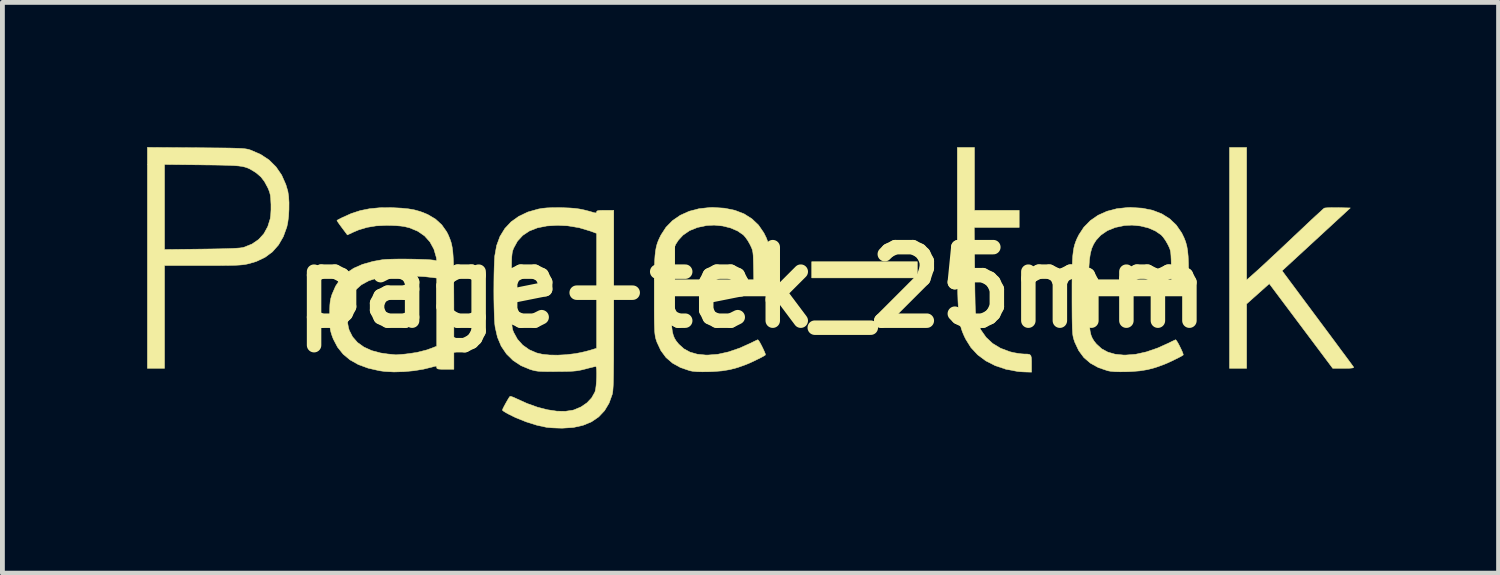
<source format=kicad_pcb>
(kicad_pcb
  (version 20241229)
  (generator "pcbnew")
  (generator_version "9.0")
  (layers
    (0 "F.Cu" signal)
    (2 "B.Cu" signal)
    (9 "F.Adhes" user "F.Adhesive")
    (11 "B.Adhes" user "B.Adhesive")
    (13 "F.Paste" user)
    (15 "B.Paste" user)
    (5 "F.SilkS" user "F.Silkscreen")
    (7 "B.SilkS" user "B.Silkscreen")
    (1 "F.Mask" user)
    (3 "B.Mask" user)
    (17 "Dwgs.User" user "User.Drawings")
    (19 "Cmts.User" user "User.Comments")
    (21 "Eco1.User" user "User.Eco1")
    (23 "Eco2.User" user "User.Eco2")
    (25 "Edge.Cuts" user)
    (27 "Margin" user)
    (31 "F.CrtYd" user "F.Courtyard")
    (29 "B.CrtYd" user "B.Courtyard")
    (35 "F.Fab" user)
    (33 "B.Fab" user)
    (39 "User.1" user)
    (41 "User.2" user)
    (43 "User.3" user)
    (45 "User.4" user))
  (footprint "page-tek_25mm"
    (layer "F.Cu")
    (at 12.531 2.907)
    (property "Reference" "page-tek_25mm" (at 0 0 0) (layer "F.SilkS") (effects (font (size 1.524 1.524) (thickness 0.3))))
    (attr through_hole)
    (fp_poly (pts (xy 3.432 -0.197) (xy 1.243 -0.197) (xy 1.243 -0.533) (xy 3.432 -0.533) (xy 3.432 -0.197)) (stroke (width 0.01) (type solid)) (fill yes) (layer "F.SilkS"))
    (fp_poly (pts (xy 10.257 -0.154) (xy 10.391 -0.272) (xy 10.467 -0.34) (xy 10.554 -0.419) (xy 10.655 -0.512) (xy 10.772 -0.622) (xy 10.909 -0.749) (xy 11.067 -0.898) (xy 11.249 -1.07) (xy 11.38 -1.193) (xy 11.493 -1.3) (xy 11.597 -1.398) (xy 11.69 -1.484) (xy 11.767 -1.554) (xy 11.824 -1.607) (xy 11.858 -1.637) (xy 11.866 -1.643) (xy 11.895 -1.648) (xy 11.955 -1.652) (xy 12.038 -1.653) (xy 12.135 -1.653) (xy 12.15 -1.653) (xy 12.406 -1.647) (xy 10.992 -0.345) (xy 11.036 -0.286) (xy 11.055 -0.26) (xy 11.096 -0.205) (xy 11.156 -0.124) (xy 11.233 -0.021) (xy 11.324 0.102) (xy 11.428 0.242) (xy 11.542 0.395) (xy 11.664 0.559) (xy 11.769 0.7) (xy 11.895 0.869) (xy 12.014 1.029) (xy 12.124 1.177) (xy 12.222 1.31) (xy 12.308 1.425) (xy 12.378 1.52) (xy 12.43 1.591) (xy 12.463 1.636) (xy 12.474 1.652) (xy 12.472 1.663) (xy 12.447 1.67) (xy 12.394 1.675) (xy 12.309 1.677) (xy 12.266 1.677) (xy 12.042 1.677) (xy 10.727 -0.077) (xy 10.257 0.342) (xy 10.257 1.677) (xy 9.902 1.677) (xy 9.902 -2.9) (xy 10.257 -2.9) (xy 10.257 -0.154)) (stroke (width 0.01) (type solid)) (fill yes) (layer "F.SilkS"))
    (fp_poly (pts (xy 4.616 -1.598) (xy 5.543 -1.598) (xy 5.543 -1.243) (xy 4.612 -1.243) (xy 4.621 -0.33) (xy 4.623 -0.115) (xy 4.625 0.065) (xy 4.628 0.212) (xy 4.63 0.332) (xy 4.633 0.428) (xy 4.637 0.503) (xy 4.641 0.562) (xy 4.647 0.608) (xy 4.653 0.645) (xy 4.661 0.677) (xy 4.669 0.702) (xy 4.748 0.88) (xy 4.856 1.034) (xy 4.993 1.162) (xy 5.157 1.261) (xy 5.346 1.332) (xy 5.423 1.351) (xy 5.508 1.366) (xy 5.591 1.377) (xy 5.651 1.381) (xy 5.718 1.382) (xy 5.761 1.391) (xy 5.785 1.415) (xy 5.796 1.461) (xy 5.799 1.536) (xy 5.799 1.58) (xy 5.799 1.756) (xy 5.686 1.753) (xy 5.611 1.75) (xy 5.543 1.745) (xy 5.513 1.742) (xy 5.268 1.696) (xy 5.047 1.622) (xy 4.851 1.522) (xy 4.682 1.396) (xy 4.543 1.246) (xy 4.442 1.085) (xy 4.412 1.027) (xy 4.387 0.971) (xy 4.364 0.915) (xy 4.344 0.856) (xy 4.327 0.791) (xy 4.312 0.717) (xy 4.3 0.633) (xy 4.29 0.535) (xy 4.282 0.42) (xy 4.275 0.287) (xy 4.27 0.132) (xy 4.266 -0.047) (xy 4.264 -0.254) (xy 4.262 -0.489) (xy 4.261 -0.757) (xy 4.261 -1.06) (xy 4.261 -1.317) (xy 4.261 -2.9) (xy 4.616 -2.9) (xy 4.616 -1.598)) (stroke (width 0.01) (type solid)) (fill yes) (layer "F.SilkS"))
    (fp_poly (pts (xy -11.515 -2.895) (xy -11.289 -2.893) (xy -11.098 -2.891) (xy -10.94 -2.89) (xy -10.811 -2.888) (xy -10.707 -2.885) (xy -10.624 -2.882) (xy -10.559 -2.879) (xy -10.509 -2.874) (xy -10.469 -2.868) (xy -10.436 -2.862) (xy -10.407 -2.853) (xy -10.38 -2.844) (xy -10.178 -2.756) (xy -10.004 -2.641) (xy -9.86 -2.498) (xy -9.743 -2.328) (xy -9.656 -2.131) (xy -9.615 -1.993) (xy -9.599 -1.889) (xy -9.591 -1.759) (xy -9.592 -1.616) (xy -9.6 -1.473) (xy -9.617 -1.342) (xy -9.636 -1.253) (xy -9.709 -1.052) (xy -9.808 -0.881) (xy -9.934 -0.738) (xy -10.088 -0.624) (xy -10.269 -0.538) (xy -10.417 -0.494) (xy -10.462 -0.484) (xy -10.506 -0.475) (xy -10.555 -0.469) (xy -10.613 -0.464) (xy -10.684 -0.46) (xy -10.773 -0.457) (xy -10.884 -0.456) (xy -11.022 -0.454) (xy -11.191 -0.454) (xy -11.377 -0.454) (xy -12.171 -0.454) (xy -12.171 1.677) (xy -12.526 1.677) (xy -12.526 -0.785) (xy -12.171 -0.785) (xy -11.397 -0.794) (xy -11.187 -0.797) (xy -11.014 -0.8) (xy -10.872 -0.804) (xy -10.76 -0.808) (xy -10.672 -0.813) (xy -10.605 -0.818) (xy -10.557 -0.825) (xy -10.524 -0.833) (xy -10.358 -0.899) (xy -10.221 -0.993) (xy -10.112 -1.113) (xy -10.031 -1.261) (xy -9.981 -1.422) (xy -9.97 -1.502) (xy -9.964 -1.608) (xy -9.964 -1.725) (xy -9.965 -1.737) (xy -9.97 -1.838) (xy -9.978 -1.912) (xy -9.993 -1.973) (xy -10.016 -2.034) (xy -10.033 -2.071) (xy -10.1 -2.195) (xy -10.173 -2.29) (xy -10.263 -2.368) (xy -10.307 -2.398) (xy -10.358 -2.429) (xy -10.405 -2.456) (xy -10.452 -2.477) (xy -10.503 -2.494) (xy -10.564 -2.508) (xy -10.638 -2.518) (xy -10.728 -2.525) (xy -10.841 -2.53) (xy -10.979 -2.534) (xy -11.147 -2.537) (xy -11.35 -2.539) (xy -11.397 -2.54) (xy -12.171 -2.548) (xy -12.171 -0.785) (xy -12.526 -0.785) (xy -12.526 -2.902) (xy -11.515 -2.895)) (stroke (width 0.01) (type solid)) (fill yes) (layer "F.SilkS"))
    (fp_poly (pts (xy -0.564 -1.642) (xy -0.35 -1.598) (xy -0.16 -1.525) (xy 0.003 -1.422) (xy 0.14 -1.292) (xy 0.249 -1.133) (xy 0.261 -1.11) (xy 0.302 -1.027) (xy 0.333 -0.945) (xy 0.357 -0.858) (xy 0.374 -0.76) (xy 0.385 -0.645) (xy 0.392 -0.506) (xy 0.394 -0.336) (xy 0.395 -0.257) (xy 0.395 0.178) (xy -1.682 0.178) (xy -1.672 0.538) (xy -1.666 0.693) (xy -1.658 0.816) (xy -1.646 0.912) (xy -1.627 0.989) (xy -1.602 1.052) (xy -1.567 1.109) (xy -1.521 1.166) (xy -1.515 1.174) (xy -1.407 1.272) (xy -1.28 1.341) (xy -1.13 1.384) (xy -0.952 1.402) (xy -0.908 1.402) (xy -0.703 1.386) (xy -0.482 1.337) (xy -0.249 1.257) (xy -0.02 1.154) (xy 0.046 1.121) (xy 0.097 1.097) (xy 0.124 1.085) (xy 0.126 1.085) (xy 0.143 1.101) (xy 0.169 1.143) (xy 0.201 1.202) (xy 0.233 1.267) (xy 0.261 1.328) (xy 0.28 1.375) (xy 0.284 1.399) (xy 0.283 1.4) (xy 0.253 1.42) (xy 0.197 1.451) (xy 0.123 1.488) (xy 0.041 1.528) (xy -0.039 1.565) (xy -0.108 1.594) (xy -0.118 1.598) (xy -0.291 1.66) (xy -0.453 1.703) (xy -0.617 1.73) (xy -0.8 1.744) (xy -0.878 1.747) (xy -1.024 1.749) (xy -1.137 1.746) (xy -1.224 1.738) (xy -1.282 1.727) (xy -1.477 1.661) (xy -1.641 1.57) (xy -1.777 1.453) (xy -1.884 1.308) (xy -1.965 1.135) (xy -1.985 1.075) (xy -1.994 1.042) (xy -2.001 1.006) (xy -2.007 0.961) (xy -2.012 0.906) (xy -2.015 0.834) (xy -2.018 0.743) (xy -2.02 0.627) (xy -2.021 0.484) (xy -2.021 0.308) (xy -2.021 0.158) (xy -2.021 -0.067) (xy -2.021 -0.158) (xy -1.683 -0.158) (xy 0.042 -0.158) (xy 0.036 -0.459) (xy 0.033 -0.574) (xy 0.03 -0.659) (xy 0.024 -0.721) (xy 0.015 -0.769) (xy 0.001 -0.811) (xy -0.02 -0.857) (xy -0.038 -0.893) (xy -0.081 -0.969) (xy -0.131 -1.04) (xy -0.175 -1.089) (xy -0.295 -1.171) (xy -0.442 -1.234) (xy -0.606 -1.274) (xy -0.778 -1.291) (xy -0.933 -1.283) (xy -1.125 -1.243) (xy -1.289 -1.177) (xy -1.425 -1.083) (xy -1.52 -0.98) (xy -1.574 -0.897) (xy -1.614 -0.807) (xy -1.642 -0.701) (xy -1.66 -0.572) (xy -1.671 -0.413) (xy -1.683 -0.158) (xy -2.021 -0.158) (xy -2.02 -0.256) (xy -2.017 -0.415) (xy -2.012 -0.547) (xy -2.005 -0.657) (xy -1.995 -0.748) (xy -1.981 -0.826) (xy -1.964 -0.894) (xy -1.942 -0.956) (xy -1.915 -1.018) (xy -1.883 -1.083) (xy -1.882 -1.085) (xy -1.777 -1.247) (xy -1.643 -1.384) (xy -1.482 -1.495) (xy -1.297 -1.578) (xy -1.09 -1.632) (xy -0.864 -1.656) (xy -0.803 -1.657) (xy -0.564 -1.642)) (stroke (width 0.01) (type solid)) (fill yes) (layer "F.SilkS"))
    (fp_poly (pts (xy 8.096 -1.642) (xy 8.31 -1.598) (xy 8.499 -1.525) (xy 8.663 -1.422) (xy 8.799 -1.292) (xy 8.909 -1.133) (xy 8.921 -1.11) (xy 8.961 -1.027) (xy 8.993 -0.945) (xy 9.017 -0.858) (xy 9.034 -0.76) (xy 9.045 -0.645) (xy 9.051 -0.506) (xy 9.054 -0.336) (xy 9.054 -0.257) (xy 9.054 0.178) (xy 6.978 0.178) (xy 6.988 0.538) (xy 6.994 0.693) (xy 7.002 0.816) (xy 7.014 0.912) (xy 7.032 0.989) (xy 7.058 1.052) (xy 7.093 1.109) (xy 7.138 1.166) (xy 7.145 1.174) (xy 7.252 1.272) (xy 7.38 1.341) (xy 7.53 1.384) (xy 7.707 1.402) (xy 7.752 1.402) (xy 7.957 1.386) (xy 8.178 1.337) (xy 8.411 1.257) (xy 8.64 1.154) (xy 8.706 1.121) (xy 8.757 1.097) (xy 8.784 1.085) (xy 8.786 1.085) (xy 8.802 1.101) (xy 8.829 1.143) (xy 8.861 1.202) (xy 8.893 1.267) (xy 8.921 1.328) (xy 8.939 1.375) (xy 8.944 1.399) (xy 8.943 1.4) (xy 8.913 1.42) (xy 8.856 1.451) (xy 8.782 1.488) (xy 8.7 1.528) (xy 8.62 1.565) (xy 8.551 1.594) (xy 8.541 1.598) (xy 8.368 1.66) (xy 8.207 1.703) (xy 8.042 1.73) (xy 7.86 1.744) (xy 7.782 1.747) (xy 7.636 1.749) (xy 7.523 1.746) (xy 7.436 1.738) (xy 7.377 1.727) (xy 7.183 1.661) (xy 7.019 1.57) (xy 6.883 1.453) (xy 6.776 1.308) (xy 6.695 1.135) (xy 6.675 1.075) (xy 6.666 1.042) (xy 6.658 1.006) (xy 6.652 0.961) (xy 6.648 0.906) (xy 6.644 0.834) (xy 6.642 0.743) (xy 6.64 0.627) (xy 6.639 0.484) (xy 6.638 0.308) (xy 6.638 0.158) (xy 6.638 -0.067) (xy 6.639 -0.158) (xy 6.977 -0.158) (xy 8.702 -0.158) (xy 8.696 -0.459) (xy 8.693 -0.574) (xy 8.689 -0.659) (xy 8.684 -0.721) (xy 8.675 -0.769) (xy 8.661 -0.811) (xy 8.64 -0.857) (xy 8.622 -0.893) (xy 8.579 -0.969) (xy 8.529 -1.04) (xy 8.485 -1.089) (xy 8.364 -1.171) (xy 8.218 -1.234) (xy 8.054 -1.274) (xy 7.882 -1.291) (xy 7.727 -1.283) (xy 7.535 -1.243) (xy 7.371 -1.177) (xy 7.235 -1.083) (xy 7.139 -0.98) (xy 7.086 -0.897) (xy 7.046 -0.807) (xy 7.018 -0.701) (xy 6.999 -0.572) (xy 6.988 -0.413) (xy 6.977 -0.158) (xy 6.639 -0.158) (xy 6.64 -0.256) (xy 6.642 -0.415) (xy 6.647 -0.547) (xy 6.654 -0.657) (xy 6.665 -0.748) (xy 6.678 -0.826) (xy 6.696 -0.894) (xy 6.718 -0.956) (xy 6.744 -1.018) (xy 6.777 -1.083) (xy 6.777 -1.085) (xy 6.883 -1.247) (xy 7.017 -1.384) (xy 7.177 -1.495) (xy 7.362 -1.578) (xy 7.569 -1.632) (xy 7.796 -1.656) (xy 7.857 -1.657) (xy 8.096 -1.642)) (stroke (width 0.01) (type solid)) (fill yes) (layer "F.SilkS"))
    (fp_poly (pts (xy -7.44 -1.652) (xy -7.262 -1.643) (xy -7.113 -1.628) (xy -6.985 -1.605) (xy -6.868 -1.572) (xy -6.753 -1.527) (xy -6.712 -1.509) (xy -6.556 -1.417) (xy -6.425 -1.297) (xy -6.324 -1.154) (xy -6.294 -1.096) (xy -6.271 -1.042) (xy -6.251 -0.991) (xy -6.233 -0.939) (xy -6.219 -0.883) (xy -6.207 -0.82) (xy -6.197 -0.745) (xy -6.19 -0.656) (xy -6.184 -0.55) (xy -6.18 -0.423) (xy -6.177 -0.272) (xy -6.176 -0.093) (xy -6.175 0.117) (xy -6.174 0.36) (xy -6.174 0.525) (xy -6.174 1.696) (xy -6.352 1.696) (xy -6.436 1.696) (xy -6.489 1.692) (xy -6.517 1.685) (xy -6.528 1.672) (xy -6.529 1.659) (xy -6.532 1.637) (xy -6.546 1.631) (xy -6.582 1.638) (xy -6.623 1.65) (xy -6.802 1.694) (xy -7.002 1.727) (xy -7.211 1.746) (xy -7.416 1.752) (xy -7.605 1.742) (xy -7.716 1.727) (xy -7.952 1.673) (xy -8.156 1.598) (xy -8.328 1.501) (xy -8.47 1.382) (xy -8.585 1.238) (xy -8.673 1.07) (xy -8.701 0.996) (xy -8.72 0.935) (xy -8.734 0.879) (xy -8.742 0.817) (xy -8.746 0.74) (xy -8.748 0.638) (xy -8.748 0.572) (xy -8.748 0.569) (xy -8.39 0.569) (xy -8.382 0.702) (xy -8.36 0.826) (xy -8.343 0.888) (xy -8.274 1.024) (xy -8.172 1.141) (xy -8.039 1.236) (xy -7.877 1.31) (xy -7.688 1.36) (xy -7.548 1.38) (xy -7.472 1.387) (xy -7.413 1.393) (xy -7.381 1.397) (xy -7.377 1.397) (xy -7.355 1.396) (xy -7.302 1.392) (xy -7.228 1.386) (xy -7.175 1.381) (xy -6.946 1.349) (xy -6.743 1.298) (xy -6.633 1.259) (xy -6.529 1.218) (xy -6.529 -0.194) (xy -6.623 -0.206) (xy -6.775 -0.223) (xy -6.944 -0.233) (xy -7.12 -0.238) (xy -7.296 -0.237) (xy -7.461 -0.231) (xy -7.607 -0.22) (xy -7.726 -0.203) (xy -7.758 -0.196) (xy -7.939 -0.138) (xy -8.092 -0.054) (xy -8.214 0.055) (xy -8.305 0.186) (xy -8.364 0.34) (xy -8.384 0.445) (xy -8.39 0.569) (xy -8.748 0.569) (xy -8.747 0.452) (xy -8.744 0.363) (xy -8.737 0.293) (xy -8.726 0.233) (xy -8.709 0.174) (xy -8.701 0.148) (xy -8.626 -0.025) (xy -8.527 -0.173) (xy -8.402 -0.297) (xy -8.249 -0.398) (xy -8.065 -0.479) (xy -7.85 -0.539) (xy -7.655 -0.574) (xy -7.589 -0.58) (xy -7.495 -0.584) (xy -7.38 -0.587) (xy -7.252 -0.588) (xy -7.116 -0.587) (xy -6.981 -0.585) (xy -6.854 -0.581) (xy -6.741 -0.577) (xy -6.65 -0.571) (xy -6.588 -0.564) (xy -6.571 -0.56) (xy -6.541 -0.554) (xy -6.53 -0.565) (xy -6.535 -0.603) (xy -6.538 -0.622) (xy -6.588 -0.794) (xy -6.67 -0.943) (xy -6.781 -1.067) (xy -6.921 -1.164) (xy -7.088 -1.234) (xy -7.2 -1.262) (xy -7.272 -1.272) (xy -7.37 -1.28) (xy -7.48 -1.285) (xy -7.575 -1.286) (xy -7.785 -1.276) (xy -7.972 -1.245) (xy -8.146 -1.193) (xy -8.259 -1.145) (xy -8.381 -1.088) (xy -8.492 -1.236) (xy -8.54 -1.301) (xy -8.576 -1.352) (xy -8.595 -1.384) (xy -8.597 -1.39) (xy -8.577 -1.401) (xy -8.533 -1.424) (xy -8.488 -1.447) (xy -8.301 -1.531) (xy -8.114 -1.592) (xy -7.92 -1.631) (xy -7.71 -1.651) (xy -7.473 -1.653) (xy -7.44 -1.652)) (stroke (width 0.01) (type solid)) (fill yes) (layer "F.SilkS"))
    (fp_poly (pts (xy -3.896 -1.651) (xy -3.768 -1.646) (xy -3.664 -1.638) (xy -3.571 -1.625) (xy -3.477 -1.606) (xy -3.367 -1.578) (xy -3.26 -1.547) (xy -3.225 -1.544) (xy -3.215 -1.566) (xy -3.21 -1.581) (xy -3.188 -1.591) (xy -3.144 -1.596) (xy -3.07 -1.598) (xy -3.038 -1.598) (xy -2.86 -1.598) (xy -2.86 0.249) (xy -2.86 0.565) (xy -2.861 0.845) (xy -2.861 1.09) (xy -2.862 1.303) (xy -2.862 1.486) (xy -2.864 1.642) (xy -2.865 1.773) (xy -2.867 1.882) (xy -2.869 1.971) (xy -2.872 2.043) (xy -2.876 2.1) (xy -2.879 2.144) (xy -2.884 2.178) (xy -2.889 2.205) (xy -2.891 2.215) (xy -2.957 2.398) (xy -3.051 2.555) (xy -3.173 2.684) (xy -3.322 2.786) (xy -3.497 2.858) (xy -3.698 2.903) (xy -3.923 2.917) (xy -3.943 2.917) (xy -4.043 2.914) (xy -4.139 2.91) (xy -4.219 2.903) (xy -4.251 2.9) (xy -4.454 2.856) (xy -4.671 2.788) (xy -4.891 2.7) (xy -5.035 2.629) (xy -5.099 2.594) (xy -5.146 2.564) (xy -5.168 2.545) (xy -5.168 2.543) (xy -5.159 2.517) (xy -5.135 2.468) (xy -5.102 2.407) (xy -5.067 2.345) (xy -5.036 2.293) (xy -5.014 2.262) (xy -5.009 2.258) (xy -4.984 2.261) (xy -4.935 2.279) (xy -4.874 2.307) (xy -4.655 2.406) (xy -4.44 2.483) (xy -4.233 2.536) (xy -4.039 2.565) (xy -3.863 2.568) (xy -3.71 2.545) (xy -3.684 2.538) (xy -3.539 2.477) (xy -3.415 2.392) (xy -3.318 2.289) (xy -3.252 2.171) (xy -3.246 2.154) (xy -3.235 2.105) (xy -3.226 2.034) (xy -3.219 1.95) (xy -3.215 1.862) (xy -3.214 1.778) (xy -3.216 1.706) (xy -3.221 1.657) (xy -3.23 1.637) (xy -3.231 1.637) (xy -3.255 1.642) (xy -3.309 1.655) (xy -3.383 1.673) (xy -3.443 1.689) (xy -3.514 1.707) (xy -3.577 1.72) (xy -3.641 1.73) (xy -3.712 1.736) (xy -3.8 1.74) (xy -3.912 1.742) (xy -4.044 1.743) (xy -4.183 1.744) (xy -4.291 1.743) (xy -4.372 1.741) (xy -4.436 1.736) (xy -4.489 1.728) (xy -4.538 1.716) (xy -4.59 1.701) (xy -4.593 1.7) (xy -4.783 1.621) (xy -4.947 1.513) (xy -5.084 1.378) (xy -5.193 1.217) (xy -5.271 1.031) (xy -5.318 0.824) (xy -5.325 0.767) (xy -5.332 0.675) (xy -5.337 0.552) (xy -5.341 0.404) (xy -5.344 0.24) (xy -5.345 0.068) (xy -5.344 -0.054) (xy -4.98 -0.054) (xy -4.98 0.059) (xy -4.98 0.253) (xy -4.98 0.411) (xy -4.979 0.538) (xy -4.978 0.638) (xy -4.975 0.716) (xy -4.971 0.775) (xy -4.966 0.821) (xy -4.96 0.857) (xy -4.952 0.887) (xy -4.941 0.915) (xy -4.935 0.931) (xy -4.857 1.073) (xy -4.748 1.195) (xy -4.611 1.292) (xy -4.456 1.359) (xy -4.338 1.386) (xy -4.191 1.401) (xy -4.025 1.404) (xy -3.848 1.395) (xy -3.67 1.374) (xy -3.649 1.371) (xy -3.549 1.352) (xy -3.444 1.328) (xy -3.355 1.304) (xy -3.348 1.302) (xy -3.215 1.261) (xy -3.215 -1.12) (xy -3.351 -1.17) (xy -3.578 -1.238) (xy -3.814 -1.277) (xy -4.024 -1.287) (xy -4.247 -1.274) (xy -4.442 -1.235) (xy -4.608 -1.17) (xy -4.746 -1.078) (xy -4.855 -0.96) (xy -4.934 -0.816) (xy -4.935 -0.813) (xy -4.947 -0.783) (xy -4.956 -0.755) (xy -4.964 -0.723) (xy -4.969 -0.683) (xy -4.974 -0.632) (xy -4.977 -0.566) (xy -4.979 -0.478) (xy -4.98 -0.367) (xy -4.98 -0.227) (xy -4.98 -0.054) (xy -5.344 -0.054) (xy -5.344 -0.105) (xy -5.342 -0.27) (xy -5.338 -0.421) (xy -5.333 -0.55) (xy -5.327 -0.648) (xy -5.326 -0.655) (xy -5.288 -0.867) (xy -5.219 -1.055) (xy -5.118 -1.22) (xy -4.987 -1.36) (xy -4.827 -1.474) (xy -4.639 -1.563) (xy -4.423 -1.624) (xy -4.339 -1.639) (xy -4.245 -1.648) (xy -4.12 -1.653) (xy -3.977 -1.654) (xy -3.896 -1.651)) (stroke (width 0.01) (type solid)) (fill yes) (layer "F.SilkS")))
  (gr_rect
    (start -3 -3)
    (end 28.01 8.829)
    (stroke (width 0.1) (type default))
    (fill no)
    (layer "Edge.Cuts")))
</source>
